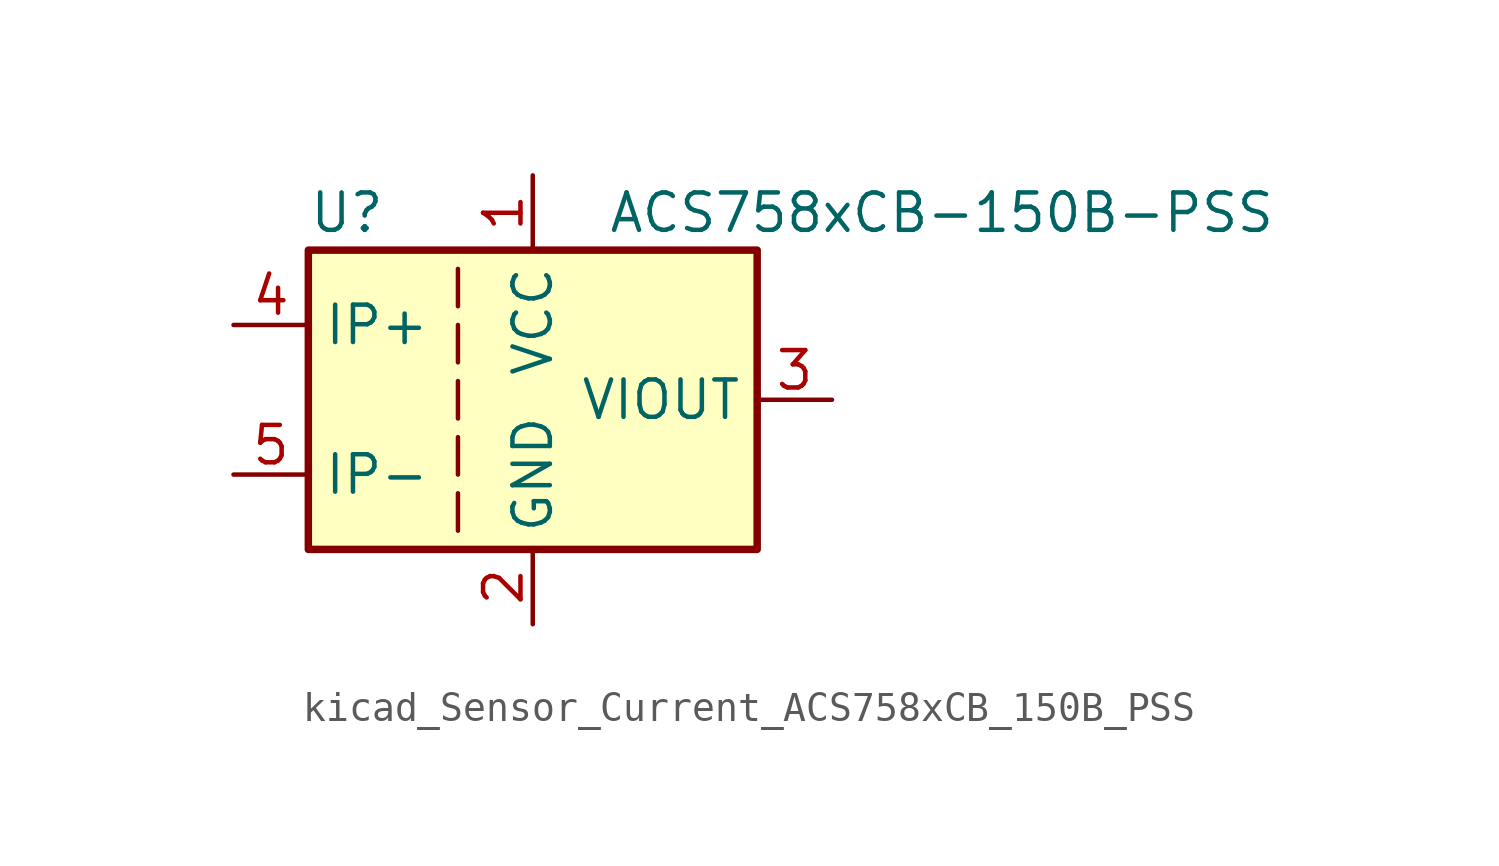
<source format=kicad_sym>
(kicad_symbol_lib
  (version 20220914)
  (generator kicad_symbol_editor)
  (symbol "kicad_Sensor_Current_ACS758xCB_150B_PSS"
    (property "Reference" "U"
      (at -7.62 6.35 0)
      (effects (font (size 1.27 1.27)) (justify left)))
    (property "Value" "ACS758xCB-150B-PSS"
      (at 2.54 6.35 0)
      (effects (font (size 1.27 1.27)) (justify left)))
    (symbol "kicad_Sensor_Current_ACS758xCB_150B_PSS_0_1"
      (rectangle (start -7.62 5.08) (end 7.62 -5.08) (stroke (width 0.254) (type default)) (fill (type background)))
      (polyline (pts (xy -2.54 -3.175) (xy -2.54 -4.445)) (stroke (width 0) (type default)) (fill (type none)))
      (polyline (pts (xy -2.54 -1.27) (xy -2.54 -2.54)) (stroke (width 0) (type default)) (fill (type none)))
      (polyline (pts (xy -2.54 0.635) (xy -2.54 -0.635)) (stroke (width 0) (type default)) (fill (type none)))
      (polyline (pts (xy -2.54 1.27) (xy -2.54 2.54)) (stroke (width 0) (type default)) (fill (type none)))
      (polyline (pts (xy -2.54 3.175) (xy -2.54 4.445)) (stroke (width 0) (type default)) (fill (type none))))
    (symbol "kicad_Sensor_Current_ACS758xCB_150B_PSS_1_1"
      (pin power_in line (at 0 7.62 270) (length 2.54) (name "VCC" (effects (font (size 1.27 1.27)))) (number "1" (effects (font (size 1.27 1.27)))))
      (pin power_in line (at 0 -7.62 90) (length 2.54) (name "GND" (effects (font (size 1.27 1.27)))) (number "2" (effects (font (size 1.27 1.27)))))
      (pin output line (at 10.16 0 180) (length 2.54) (name "VIOUT" (effects (font (size 1.27 1.27)))) (number "3" (effects (font (size 1.27 1.27)))))
      (pin passive line (at -10.16 2.54 0) (length 2.54) (name "IP+" (effects (font (size 1.27 1.27)))) (number "4" (effects (font (size 1.27 1.27)))))
      (pin passive line (at -10.16 -2.54 0) (length 2.54) (name "IP-" (effects (font (size 1.27 1.27)))) (number "5" (effects (font (size 1.27 1.27))))))))
</source>
